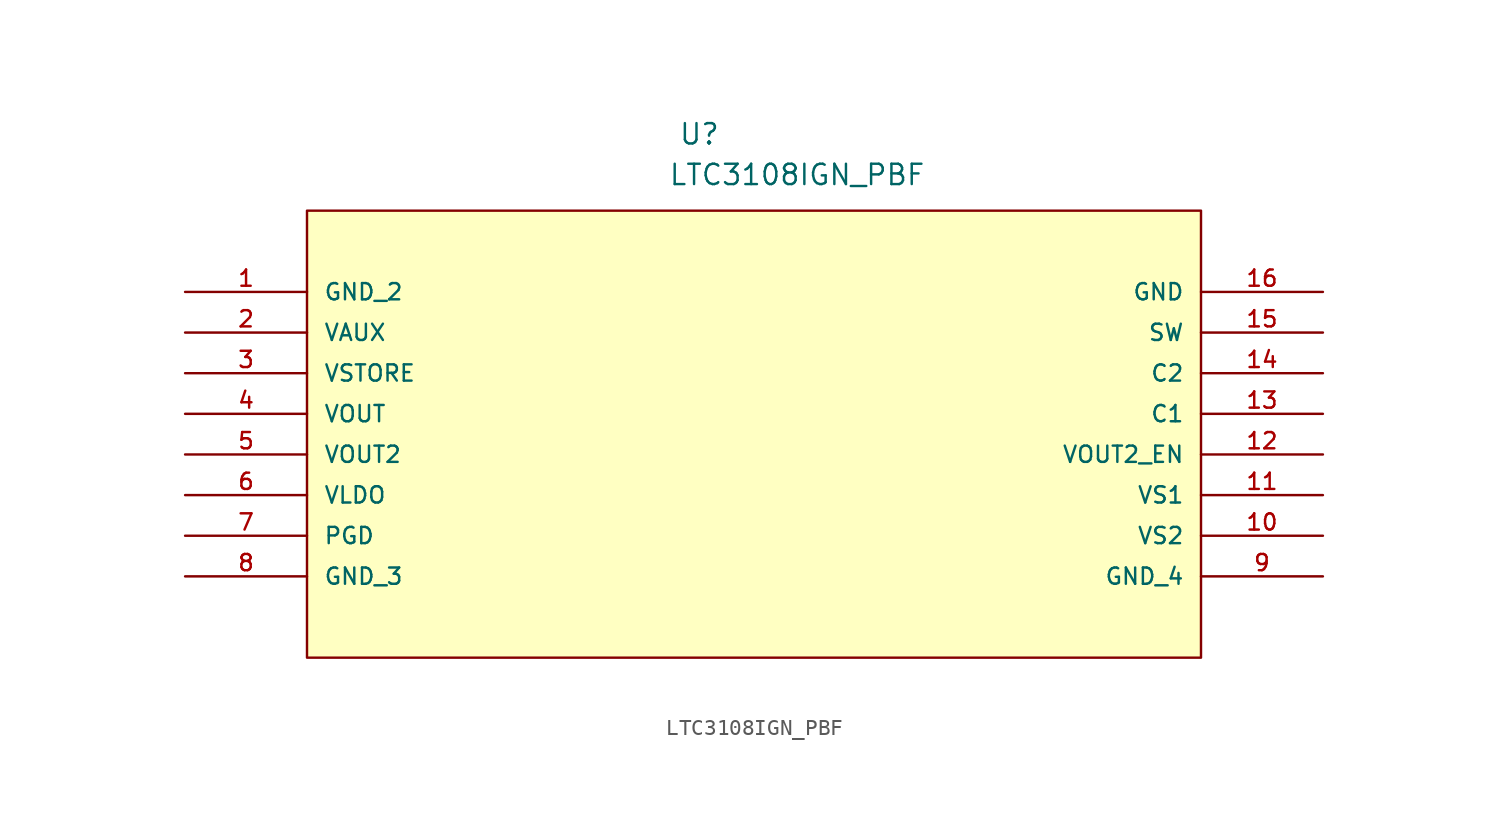
<source format=kicad_sym>
(kicad_symbol_lib
  (version 20211014)
  (generator kicad_symbol_editor)
  (symbol "LTC3108IGN_PBF"
    (pin_names
      (offset 1.016))
    (property "Reference" "U"
      (at 30.836 9.119 0.0)
      (effects (font (size 1.27 1.27)) (justify bottom left)))
    (property "Value" "LTC3108IGN_PBF"
      (at 30.201 6.579 0.0)
      (effects (font (size 1.27 1.27)) (justify bottom left)))
    (symbol "LTC3108IGN_PBF_0_0"
      (rectangle (start 7.62 -22.86) (end 63.5 5.08) (stroke (width 0.152)) (fill (type background)))
      (pin power_in line (at 0.0 0.0 0) (length 7.62) (name "GND_2" (effects (font (size 1.016 1.016)))) (number "1" (effects (font (size 1.016 1.016)))))
      (pin output line (at 0.0 -2.54 0) (length 7.62) (name "VAUX" (effects (font (size 1.016 1.016)))) (number "2" (effects (font (size 1.016 1.016)))))
      (pin output line (at 0.0 -5.08 0) (length 7.62) (name "VSTORE" (effects (font (size 1.016 1.016)))) (number "3" (effects (font (size 1.016 1.016)))))
      (pin output line (at 0.0 -7.62 0) (length 7.62) (name "VOUT" (effects (font (size 1.016 1.016)))) (number "4" (effects (font (size 1.016 1.016)))))
      (pin output line (at 0.0 -10.16 0) (length 7.62) (name "VOUT2" (effects (font (size 1.016 1.016)))) (number "5" (effects (font (size 1.016 1.016)))))
      (pin output line (at 0.0 -12.7 0) (length 7.62) (name "VLDO" (effects (font (size 1.016 1.016)))) (number "6" (effects (font (size 1.016 1.016)))))
      (pin output line (at 0.0 -15.24 0) (length 7.62) (name "PGD" (effects (font (size 1.016 1.016)))) (number "7" (effects (font (size 1.016 1.016)))))
      (pin power_in line (at 0.0 -17.78 0) (length 7.62) (name "GND_3" (effects (font (size 1.016 1.016)))) (number "8" (effects (font (size 1.016 1.016)))))
      (pin power_in line (at 71.12 -17.78 180.0) (length 7.62) (name "GND_4" (effects (font (size 1.016 1.016)))) (number "9" (effects (font (size 1.016 1.016)))))
      (pin output line (at 71.12 -15.24 180.0) (length 7.62) (name "VS2" (effects (font (size 1.016 1.016)))) (number "10" (effects (font (size 1.016 1.016)))))
      (pin output line (at 71.12 -12.7 180.0) (length 7.62) (name "VS1" (effects (font (size 1.016 1.016)))) (number "11" (effects (font (size 1.016 1.016)))))
      (pin output line (at 71.12 -10.16 180.0) (length 7.62) (name "VOUT2_EN" (effects (font (size 1.016 1.016)))) (number "12" (effects (font (size 1.016 1.016)))))
      (pin input line (at 71.12 -7.62 180.0) (length 7.62) (name "C1" (effects (font (size 1.016 1.016)))) (number "13" (effects (font (size 1.016 1.016)))))
      (pin input line (at 71.12 -5.08 180.0) (length 7.62) (name "C2" (effects (font (size 1.016 1.016)))) (number "14" (effects (font (size 1.016 1.016)))))
      (pin passive line (at 71.12 -2.54 180.0) (length 7.62) (name "SW" (effects (font (size 1.016 1.016)))) (number "15" (effects (font (size 1.016 1.016)))))
      (pin power_in line (at 71.12 0.0 180.0) (length 7.62) (name "GND" (effects (font (size 1.016 1.016)))) (number "16" (effects (font (size 1.016 1.016))))))))
</source>
